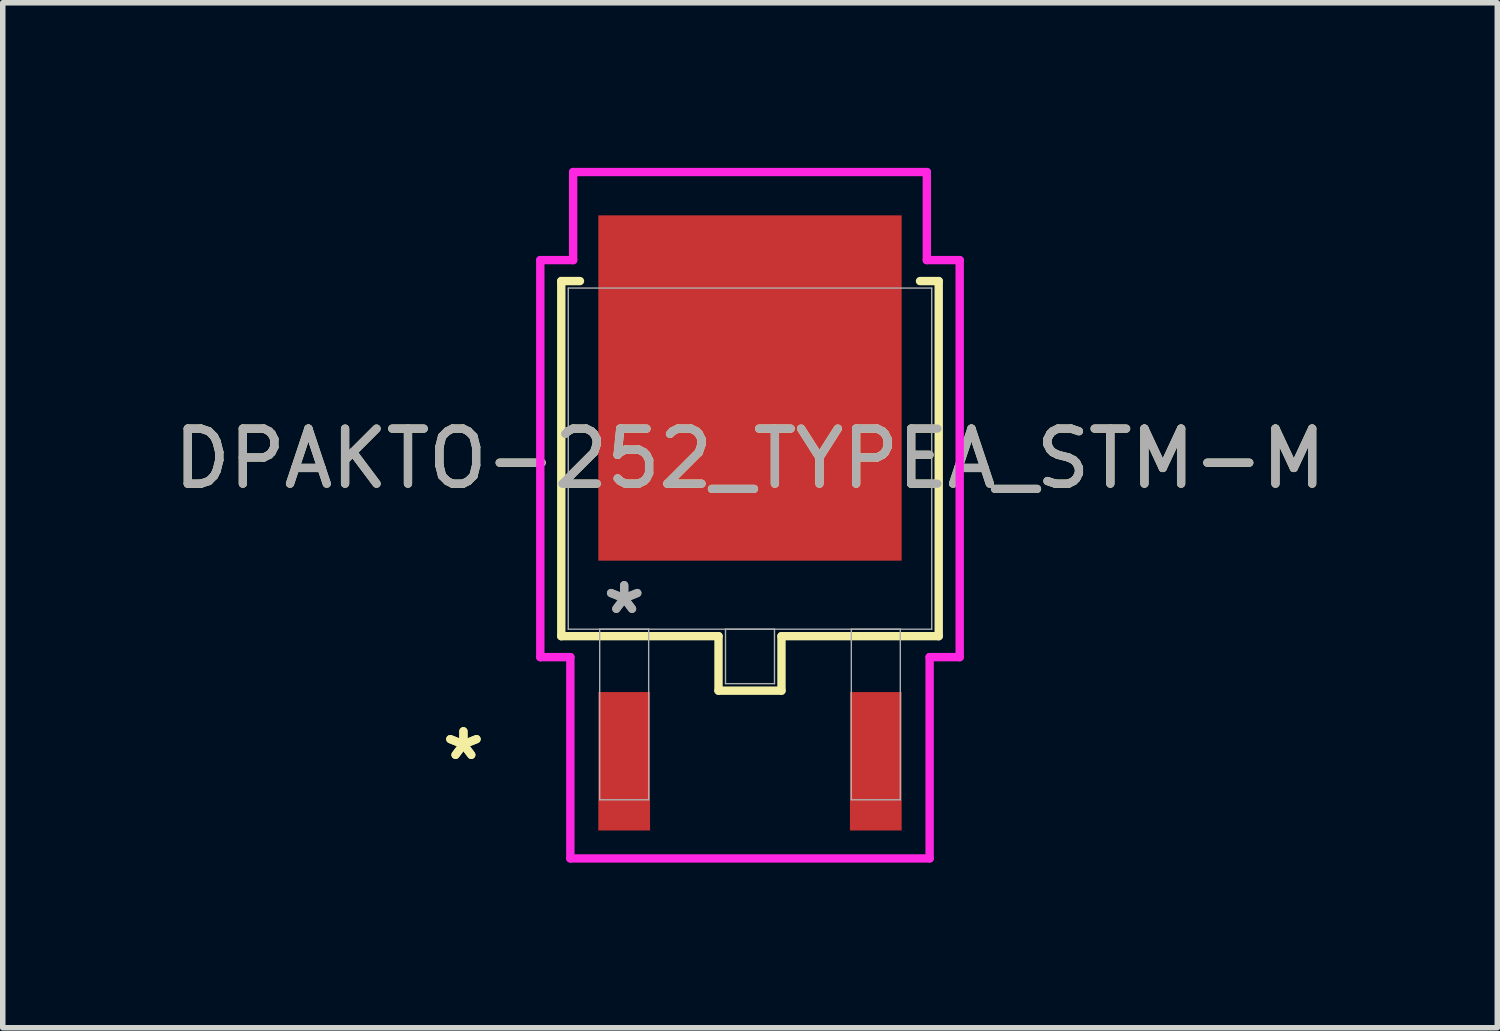
<source format=kicad_pcb>
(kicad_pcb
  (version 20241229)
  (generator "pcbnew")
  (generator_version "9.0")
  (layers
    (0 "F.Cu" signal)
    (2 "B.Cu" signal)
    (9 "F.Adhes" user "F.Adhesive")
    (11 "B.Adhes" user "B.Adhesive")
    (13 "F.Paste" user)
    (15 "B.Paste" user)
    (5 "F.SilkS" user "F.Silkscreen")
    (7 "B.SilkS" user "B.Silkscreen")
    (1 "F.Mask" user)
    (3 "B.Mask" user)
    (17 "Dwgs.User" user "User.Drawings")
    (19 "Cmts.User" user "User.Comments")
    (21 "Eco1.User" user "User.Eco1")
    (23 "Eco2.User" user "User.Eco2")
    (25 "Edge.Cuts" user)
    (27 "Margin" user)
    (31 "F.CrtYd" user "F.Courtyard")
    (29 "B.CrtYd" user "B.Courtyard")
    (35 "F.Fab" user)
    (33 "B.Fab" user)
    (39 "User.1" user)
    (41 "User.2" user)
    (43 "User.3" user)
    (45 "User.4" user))
  (footprint "DPAKTO-252_TYPEA_STM-M"
    (layer "F.Cu")
    (at 10.577 5.283)
    (property "Reference" "DPAKTO-252_TYPEA_STM-M" (at 0 0 0) (unlocked yes) (layer "F.SilkS") (effects (font (size 1 1) (thickness 0.15))))
    (attr smd)
    (fp_line (start -3.429 -3.226) (end -3.429 3.226) (stroke (width 0.152) (type solid)) (layer "F.SilkS"))
    (fp_line (start -3.429 3.226) (end -0.572 3.226) (stroke (width 0.152) (type solid)) (layer "F.SilkS"))
    (fp_line (start -3.089 -3.226) (end -3.429 -3.226) (stroke (width 0.152) (type solid)) (layer "F.SilkS"))
    (fp_line (start -0.572 3.226) (end -0.572 4.216) (stroke (width 0.152) (type solid)) (layer "F.SilkS"))
    (fp_line (start -0.572 4.216) (end 0.572 4.216) (stroke (width 0.152) (type solid)) (layer "F.SilkS"))
    (fp_line (start 0.572 3.226) (end 3.429 3.226) (stroke (width 0.152) (type solid)) (layer "F.SilkS"))
    (fp_line (start 0.572 4.216) (end 0.572 3.226) (stroke (width 0.152) (type solid)) (layer "F.SilkS"))
    (fp_line (start 3.429 -3.226) (end 3.089 -3.226) (stroke (width 0.152) (type solid)) (layer "F.SilkS"))
    (fp_line (start 3.429 3.226) (end 3.429 -3.226) (stroke (width 0.152) (type solid)) (layer "F.SilkS"))
    (fp_line (start -3.81 -3.607) (end -3.213 -3.607) (stroke (width 0.152) (type solid)) (layer "F.CrtYd"))
    (fp_line (start -3.81 3.607) (end -3.81 -3.607) (stroke (width 0.152) (type solid)) (layer "F.CrtYd"))
    (fp_line (start -3.264 3.607) (end -3.81 3.607) (stroke (width 0.152) (type solid)) (layer "F.CrtYd"))
    (fp_line (start -3.264 7.264) (end -3.264 3.607) (stroke (width 0.152) (type solid)) (layer "F.CrtYd"))
    (fp_line (start -3.213 -5.207) (end 3.213 -5.207) (stroke (width 0.152) (type solid)) (layer "F.CrtYd"))
    (fp_line (start -3.213 -3.607) (end -3.213 -5.207) (stroke (width 0.152) (type solid)) (layer "F.CrtYd"))
    (fp_line (start 3.213 -5.207) (end 3.213 -3.607) (stroke (width 0.152) (type solid)) (layer "F.CrtYd"))
    (fp_line (start 3.213 -3.607) (end 3.81 -3.607) (stroke (width 0.152) (type solid)) (layer "F.CrtYd"))
    (fp_line (start 3.264 3.607) (end 3.264 7.264) (stroke (width 0.152) (type solid)) (layer "F.CrtYd"))
    (fp_line (start 3.264 7.264) (end -3.264 7.264) (stroke (width 0.152) (type solid)) (layer "F.CrtYd"))
    (fp_line (start 3.81 -3.607) (end 3.81 3.607) (stroke (width 0.152) (type solid)) (layer "F.CrtYd"))
    (fp_line (start 3.81 3.607) (end 3.264 3.607) (stroke (width 0.152) (type solid)) (layer "F.CrtYd"))
    (fp_line (start -3.302 -3.099) (end -3.302 3.099) (stroke (width 0.025) (type solid)) (layer "F.Fab"))
    (fp_line (start -3.302 3.099) (end 3.302 3.099) (stroke (width 0.025) (type solid)) (layer "F.Fab"))
    (fp_line (start -2.731 3.099) (end -2.731 6.198) (stroke (width 0.025) (type solid)) (layer "F.Fab"))
    (fp_line (start -2.731 6.198) (end -1.841 6.198) (stroke (width 0.025) (type solid)) (layer "F.Fab"))
    (fp_line (start -1.841 3.099) (end -2.731 3.099) (stroke (width 0.025) (type solid)) (layer "F.Fab"))
    (fp_line (start -1.841 6.198) (end -1.841 3.099) (stroke (width 0.025) (type solid)) (layer "F.Fab"))
    (fp_line (start -0.445 3.099) (end -0.445 4.089) (stroke (width 0.025) (type solid)) (layer "F.Fab"))
    (fp_line (start -0.445 4.089) (end 0.445 4.089) (stroke (width 0.025) (type solid)) (layer "F.Fab"))
    (fp_line (start 0.445 3.099) (end -0.445 3.099) (stroke (width 0.025) (type solid)) (layer "F.Fab"))
    (fp_line (start 0.445 4.089) (end 0.445 3.099) (stroke (width 0.025) (type solid)) (layer "F.Fab"))
    (fp_line (start 1.841 3.099) (end 1.841 6.198) (stroke (width 0.025) (type solid)) (layer "F.Fab"))
    (fp_line (start 1.841 6.198) (end 2.731 6.198) (stroke (width 0.025) (type solid)) (layer "F.Fab"))
    (fp_line (start 2.731 3.099) (end 1.841 3.099) (stroke (width 0.025) (type solid)) (layer "F.Fab"))
    (fp_line (start 2.731 6.198) (end 2.731 3.099) (stroke (width 0.025) (type solid)) (layer "F.Fab"))
    (fp_line (start 3.302 -3.099) (end -3.302 -3.099) (stroke (width 0.025) (type solid)) (layer "F.Fab"))
    (fp_line (start 3.302 3.099) (end 3.302 -3.099) (stroke (width 0.025) (type solid)) (layer "F.Fab"))
    (fp_text user "*" (at -5.207 5.499 0) (unlocked yes) (layer "F.SilkS") (effects (font (size 1 1) (thickness 0.15))))
    (fp_text user "*" (at -5.207 5.499 0) (layer "F.SilkS") (effects (font (size 1 1) (thickness 0.15))))
    (fp_text user "${REFERENCE}" (at 0 0 0) (unlocked yes) (layer "F.Fab") (effects (font (size 1 1) (thickness 0.15))))
    (fp_text user "*" (at -2.286 2.845 0) (layer "F.Fab") (effects (font (size 1 1) (thickness 0.15))))
    (fp_text user "*" (at -2.286 2.845 0) (unlocked yes) (layer "F.Fab") (effects (font (size 1 1) (thickness 0.15))))
    (pad "1" smd rect (at -2.286 5.499) (size 0.94 2.515) (layers "F.Cu" "F.Mask" "F.Paste"))
    (pad "2" smd rect (at 0 -1.283) (size 5.512 6.274) (layers "F.Cu" "F.Mask" "F.Paste"))
    (pad "3" smd rect (at 2.286 5.499) (size 0.94 2.515) (layers "F.Cu" "F.Mask" "F.Paste")))
  (gr_rect
    (start -3 -3)
    (end 24.155 15.624)
    (stroke (width 0.1) (type default))
    (fill no)
    (layer "Edge.Cuts")))
</source>
